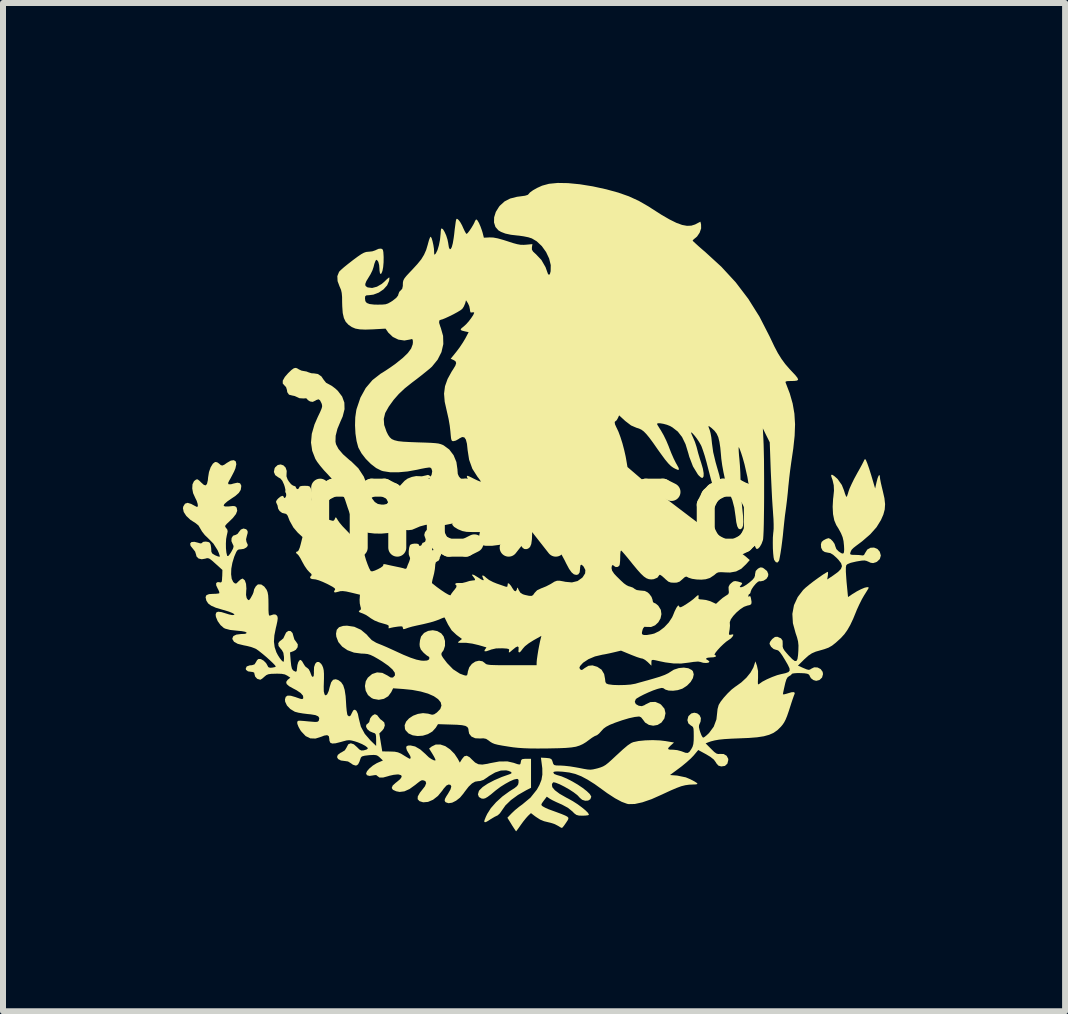
<source format=kicad_pcb>
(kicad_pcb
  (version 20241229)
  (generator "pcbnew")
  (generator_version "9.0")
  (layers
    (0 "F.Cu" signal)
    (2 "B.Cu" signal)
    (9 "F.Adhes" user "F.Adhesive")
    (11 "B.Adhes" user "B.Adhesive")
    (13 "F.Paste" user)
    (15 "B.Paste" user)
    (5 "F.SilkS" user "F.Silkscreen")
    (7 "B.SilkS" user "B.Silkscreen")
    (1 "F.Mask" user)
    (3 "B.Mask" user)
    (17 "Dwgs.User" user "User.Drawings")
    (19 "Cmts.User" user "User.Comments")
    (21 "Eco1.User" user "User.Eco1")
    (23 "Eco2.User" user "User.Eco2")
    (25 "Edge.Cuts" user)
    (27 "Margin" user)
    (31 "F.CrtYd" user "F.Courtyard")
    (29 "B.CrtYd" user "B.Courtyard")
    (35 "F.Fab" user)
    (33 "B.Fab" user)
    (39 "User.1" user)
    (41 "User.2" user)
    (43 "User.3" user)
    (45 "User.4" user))
  (footprint "mexico"
    (layer "F.Cu")
    (at 5.859 5.402)
    (property "Reference" "mexico" (at 0 0 0) (layer "F.SilkS") (effects (font (size 1.5 1.5) (thickness 0.3))))
    (attr board_only exclude_from_pos_files exclude_from_bom)
    (fp_poly (pts (xy 5.528 -0.781) (xy 5.55 -0.728) (xy 5.58 -0.643) (xy 5.617 -0.525) (xy 5.64 -0.447) (xy 5.681 -0.308) (xy 5.705 -0.415) (xy 5.722 -0.48) (xy 5.739 -0.521) (xy 5.752 -0.534) (xy 5.759 -0.516) (xy 5.76 -0.497) (xy 5.765 -0.461) (xy 5.777 -0.399) (xy 5.795 -0.322) (xy 5.808 -0.269) (xy 5.836 -0.146) (xy 5.847 -0.047) (xy 5.841 0.041) (xy 5.818 0.127) (xy 5.778 0.218) (xy 5.704 0.338) (xy 5.6 0.455) (xy 5.465 0.572) (xy 5.428 0.6) (xy 5.361 0.65) (xy 5.318 0.684) (xy 5.292 0.71) (xy 5.278 0.734) (xy 5.269 0.758) (xy 5.264 0.782) (xy 5.275 0.794) (xy 5.31 0.799) (xy 5.349 0.799) (xy 5.408 0.801) (xy 5.455 0.806) (xy 5.468 0.809) (xy 5.495 0.802) (xy 5.514 0.767) (xy 5.55 0.71) (xy 5.603 0.68) (xy 5.663 0.677) (xy 5.72 0.701) (xy 5.759 0.747) (xy 5.776 0.81) (xy 5.759 0.868) (xy 5.712 0.913) (xy 5.693 0.922) (xy 5.647 0.936) (xy 5.606 0.93) (xy 5.572 0.914) (xy 5.537 0.899) (xy 5.504 0.892) (xy 5.461 0.894) (xy 5.398 0.904) (xy 5.364 0.91) (xy 5.274 0.931) (xy 5.22 0.953) (xy 5.2 0.971) (xy 5.193 1.008) (xy 5.193 1.081) (xy 5.2 1.189) (xy 5.205 1.253) (xy 5.229 1.502) (xy 5.304 1.451) (xy 5.376 1.407) (xy 5.446 1.371) (xy 5.506 1.346) (xy 5.551 1.336) (xy 5.573 1.342) (xy 5.574 1.346) (xy 5.565 1.365) (xy 5.54 1.406) (xy 5.506 1.461) (xy 5.502 1.466) (xy 5.46 1.539) (xy 5.415 1.629) (xy 5.374 1.719) (xy 5.369 1.732) (xy 5.315 1.864) (xy 5.266 1.968) (xy 5.219 2.05) (xy 5.171 2.118) (xy 5.116 2.179) (xy 5.102 2.193) (xy 5.025 2.263) (xy 4.963 2.312) (xy 4.903 2.346) (xy 4.834 2.371) (xy 4.775 2.388) (xy 4.691 2.412) (xy 4.626 2.44) (xy 4.568 2.479) (xy 4.502 2.538) (xy 4.479 2.561) (xy 4.394 2.645) (xy 4.487 2.686) (xy 4.543 2.709) (xy 4.576 2.716) (xy 4.599 2.709) (xy 4.612 2.699) (xy 4.665 2.673) (xy 4.722 2.676) (xy 4.773 2.703) (xy 4.806 2.749) (xy 4.812 2.787) (xy 4.796 2.844) (xy 4.753 2.885) (xy 4.698 2.899) (xy 4.652 2.886) (xy 4.611 2.855) (xy 4.59 2.818) (xy 4.589 2.811) (xy 4.574 2.792) (xy 4.548 2.78) (xy 4.503 2.773) (xy 4.445 2.77) (xy 4.384 2.769) (xy 4.331 2.773) (xy 4.298 2.779) (xy 4.292 2.784) (xy 4.277 2.803) (xy 4.248 2.82) (xy 4.222 2.839) (xy 4.202 2.873) (xy 4.184 2.931) (xy 4.174 2.974) (xy 4.159 3.041) (xy 4.148 3.093) (xy 4.144 3.12) (xy 4.144 3.122) (xy 4.159 3.125) (xy 4.197 3.116) (xy 4.213 3.111) (xy 4.287 3.089) (xy 4.33 3.087) (xy 4.341 3.104) (xy 4.338 3.117) (xy 4.325 3.15) (xy 4.305 3.207) (xy 4.282 3.276) (xy 4.278 3.289) (xy 4.242 3.401) (xy 4.213 3.485) (xy 4.188 3.546) (xy 4.164 3.592) (xy 4.139 3.629) (xy 4.11 3.664) (xy 4.052 3.721) (xy 3.989 3.765) (xy 3.915 3.798) (xy 3.825 3.823) (xy 3.713 3.84) (xy 3.574 3.851) (xy 3.428 3.857) (xy 3.283 3.863) (xy 3.169 3.87) (xy 3.079 3.879) (xy 3.006 3.892) (xy 2.943 3.908) (xy 2.906 3.921) (xy 2.855 3.941) (xy 2.947 4.034) (xy 2.998 4.084) (xy 3.034 4.11) (xy 3.064 4.119) (xy 3.092 4.117) (xy 3.156 4.119) (xy 3.205 4.148) (xy 3.231 4.197) (xy 3.233 4.217) (xy 3.218 4.279) (xy 3.177 4.317) (xy 3.115 4.326) (xy 3.115 4.326) (xy 3.068 4.312) (xy 3.035 4.275) (xy 3.025 4.257) (xy 2.992 4.212) (xy 2.936 4.167) (xy 2.863 4.123) (xy 2.732 4.052) (xy 2.656 4.143) (xy 2.607 4.194) (xy 2.538 4.256) (xy 2.461 4.32) (xy 2.42 4.351) (xy 2.261 4.469) (xy 2.38 4.478) (xy 2.525 4.508) (xy 2.601 4.54) (xy 2.673 4.578) (xy 2.711 4.603) (xy 2.719 4.618) (xy 2.696 4.625) (xy 2.647 4.627) (xy 2.58 4.63) (xy 2.516 4.639) (xy 2.448 4.656) (xy 2.37 4.685) (xy 2.274 4.726) (xy 2.153 4.782) (xy 2.134 4.791) (xy 1.955 4.871) (xy 1.801 4.924) (xy 1.674 4.952) (xy 1.573 4.954) (xy 1.546 4.949) (xy 1.456 4.916) (xy 1.344 4.856) (xy 1.212 4.77) (xy 1.145 4.721) (xy 1.006 4.621) (xy 0.887 4.546) (xy 0.782 4.49) (xy 0.682 4.451) (xy 0.582 4.427) (xy 0.475 4.414) (xy 0.463 4.413) (xy 0.388 4.409) (xy 0.343 4.411) (xy 0.321 4.418) (xy 0.316 4.43) (xy 0.332 4.452) (xy 0.373 4.468) (xy 0.376 4.469) (xy 0.452 4.491) (xy 0.539 4.528) (xy 0.631 4.575) (xy 0.722 4.628) (xy 0.805 4.684) (xy 0.874 4.738) (xy 0.924 4.786) (xy 0.947 4.825) (xy 0.948 4.832) (xy 0.933 4.872) (xy 0.896 4.895) (xy 0.847 4.898) (xy 0.797 4.882) (xy 0.755 4.847) (xy 0.751 4.841) (xy 0.715 4.803) (xy 0.656 4.758) (xy 0.581 4.709) (xy 0.5 4.663) (xy 0.423 4.624) (xy 0.358 4.598) (xy 0.318 4.589) (xy 0.301 4.605) (xy 0.292 4.628) (xy 0.299 4.672) (xy 0.342 4.723) (xy 0.421 4.782) (xy 0.533 4.846) (xy 0.564 4.862) (xy 0.641 4.905) (xy 0.719 4.955) (xy 0.791 5.008) (xy 0.852 5.058) (xy 0.894 5.1) (xy 0.91 5.13) (xy 0.91 5.131) (xy 0.894 5.14) (xy 0.85 5.145) (xy 0.805 5.147) (xy 0.743 5.145) (xy 0.701 5.134) (xy 0.665 5.108) (xy 0.634 5.076) (xy 0.56 5.016) (xy 0.46 4.962) (xy 0.437 4.952) (xy 0.365 4.92) (xy 0.301 4.889) (xy 0.258 4.865) (xy 0.257 4.864) (xy 0.207 4.83) (xy 0.155 4.898) (xy 0.125 4.94) (xy 0.116 4.964) (xy 0.125 4.98) (xy 0.139 4.991) (xy 0.178 5.013) (xy 0.233 5.038) (xy 0.249 5.044) (xy 0.367 5.087) (xy 0.453 5.119) (xy 0.513 5.144) (xy 0.549 5.163) (xy 0.566 5.181) (xy 0.566 5.2) (xy 0.555 5.224) (xy 0.535 5.254) (xy 0.528 5.265) (xy 0.495 5.312) (xy 0.469 5.344) (xy 0.458 5.351) (xy 0.434 5.341) (xy 0.395 5.317) (xy 0.39 5.314) (xy 0.34 5.288) (xy 0.273 5.266) (xy 0.243 5.259) (xy 0.161 5.239) (xy 0.096 5.212) (xy 0.029 5.169) (xy 0.004 5.151) (xy -0.057 5.104) (xy -0.105 5.149) (xy -0.14 5.188) (xy -0.186 5.245) (xy -0.226 5.3) (xy -0.263 5.353) (xy -0.291 5.391) (xy -0.304 5.407) (xy -0.305 5.407) (xy -0.317 5.392) (xy -0.342 5.354) (xy -0.377 5.3) (xy -0.38 5.294) (xy -0.45 5.181) (xy -0.378 5.106) (xy -0.323 5.054) (xy -0.253 4.997) (xy -0.202 4.96) (xy -0.065 4.846) (xy 0.042 4.712) (xy 0.084 4.636) (xy 0.118 4.55) (xy 0.133 4.462) (xy 0.132 4.358) (xy 0.123 4.286) (xy 0.109 4.179) (xy 0.198 4.184) (xy 0.252 4.19) (xy 0.282 4.203) (xy 0.298 4.23) (xy 0.304 4.25) (xy 0.315 4.284) (xy 0.331 4.302) (xy 0.362 4.309) (xy 0.418 4.311) (xy 0.435 4.311) (xy 0.503 4.315) (xy 0.594 4.325) (xy 0.691 4.341) (xy 0.741 4.35) (xy 0.827 4.367) (xy 0.889 4.377) (xy 0.935 4.38) (xy 0.978 4.375) (xy 1.027 4.364) (xy 1.055 4.357) (xy 1.104 4.342) (xy 1.146 4.325) (xy 1.187 4.301) (xy 1.233 4.265) (xy 1.292 4.212) (xy 1.37 4.139) (xy 1.377 4.133) (xy 1.477 4.041) (xy 1.555 3.975) (xy 1.615 3.935) (xy 1.648 3.921) (xy 1.737 3.902) (xy 1.85 3.891) (xy 1.973 3.887) (xy 2.093 3.892) (xy 2.186 3.903) (xy 2.328 3.927) (xy 2.27 3.979) (xy 2.235 4.015) (xy 2.229 4.036) (xy 2.256 4.046) (xy 2.315 4.047) (xy 2.382 4.054) (xy 2.452 4.073) (xy 2.46 4.076) (xy 2.519 4.098) (xy 2.557 4.101) (xy 2.585 4.082) (xy 2.615 4.039) (xy 2.637 3.998) (xy 2.65 3.953) (xy 2.656 3.891) (xy 2.657 3.82) (xy 2.656 3.744) (xy 2.653 3.697) (xy 2.644 3.67) (xy 2.628 3.654) (xy 2.611 3.645) (xy 2.567 3.608) (xy 2.551 3.554) (xy 2.565 3.496) (xy 2.57 3.486) (xy 2.615 3.443) (xy 2.666 3.43) (xy 2.715 3.441) (xy 2.754 3.472) (xy 2.776 3.519) (xy 2.771 3.577) (xy 2.762 3.599) (xy 2.746 3.636) (xy 2.743 3.67) (xy 2.753 3.715) (xy 2.764 3.751) (xy 2.784 3.804) (xy 2.804 3.838) (xy 2.815 3.846) (xy 2.838 3.834) (xy 2.877 3.802) (xy 2.914 3.766) (xy 2.99 3.663) (xy 3.035 3.542) (xy 3.047 3.434) (xy 3.054 3.368) (xy 3.071 3.306) (xy 3.072 3.302) (xy 3.104 3.248) (xy 3.157 3.18) (xy 3.221 3.109) (xy 3.287 3.045) (xy 3.347 2.998) (xy 3.36 2.99) (xy 3.45 2.925) (xy 3.535 2.846) (xy 3.603 2.762) (xy 3.648 2.682) (xy 3.654 2.668) (xy 3.685 2.574) (xy 3.711 2.648) (xy 3.729 2.735) (xy 3.729 2.847) (xy 3.729 2.848) (xy 3.726 2.914) (xy 3.727 2.949) (xy 3.734 2.959) (xy 3.748 2.95) (xy 3.751 2.948) (xy 3.802 2.912) (xy 3.877 2.873) (xy 3.964 2.835) (xy 4.048 2.804) (xy 4.109 2.788) (xy 4.186 2.771) (xy 4.235 2.753) (xy 4.256 2.728) (xy 4.253 2.689) (xy 4.226 2.632) (xy 4.179 2.551) (xy 4.131 2.473) (xy 4.095 2.423) (xy 4.068 2.395) (xy 4.043 2.384) (xy 4.033 2.383) (xy 3.988 2.368) (xy 3.946 2.331) (xy 3.922 2.286) (xy 3.921 2.273) (xy 3.933 2.243) (xy 3.963 2.204) (xy 3.967 2.2) (xy 4.011 2.167) (xy 4.051 2.164) (xy 4.056 2.166) (xy 4.112 2.191) (xy 4.138 2.229) (xy 4.14 2.288) (xy 4.139 2.326) (xy 4.148 2.358) (xy 4.171 2.396) (xy 4.214 2.447) (xy 4.239 2.475) (xy 4.298 2.536) (xy 4.34 2.568) (xy 4.368 2.568) (xy 4.386 2.536) (xy 4.396 2.469) (xy 4.401 2.395) (xy 4.403 2.309) (xy 4.396 2.242) (xy 4.379 2.174) (xy 4.355 2.103) (xy 4.31 1.938) (xy 4.301 1.783) (xy 4.328 1.637) (xy 4.391 1.501) (xy 4.48 1.385) (xy 4.522 1.345) (xy 4.585 1.293) (xy 4.66 1.235) (xy 4.739 1.178) (xy 4.811 1.128) (xy 4.869 1.092) (xy 4.89 1.081) (xy 4.896 1.093) (xy 4.894 1.13) (xy 4.893 1.142) (xy 4.882 1.209) (xy 4.982 1.142) (xy 5.063 1.083) (xy 5.111 1.033) (xy 5.128 0.986) (xy 5.113 0.937) (xy 5.069 0.88) (xy 5.039 0.849) (xy 4.981 0.797) (xy 4.934 0.769) (xy 4.894 0.762) (xy 4.842 0.751) (xy 4.806 0.728) (xy 4.781 0.68) (xy 4.777 0.623) (xy 4.789 0.583) (xy 4.82 0.556) (xy 4.865 0.532) (xy 4.904 0.52) (xy 4.905 0.52) (xy 4.938 0.535) (xy 4.975 0.572) (xy 5.005 0.616) (xy 5.017 0.655) (xy 5.034 0.701) (xy 5.072 0.74) (xy 5.118 0.771) (xy 5.147 0.778) (xy 5.161 0.758) (xy 5.165 0.708) (xy 5.162 0.646) (xy 5.154 0.569) (xy 5.139 0.504) (xy 5.112 0.438) (xy 5.07 0.361) (xy 5.033 0.302) (xy 5 0.224) (xy 4.979 0.119) (xy 4.973 -0.003) (xy 4.98 -0.134) (xy 4.984 -0.163) (xy 4.995 -0.272) (xy 4.991 -0.362) (xy 4.971 -0.449) (xy 4.951 -0.506) (xy 4.947 -0.534) (xy 4.965 -0.537) (xy 4.999 -0.516) (xy 5.047 -0.474) (xy 5.057 -0.464) (xy 5.126 -0.366) (xy 5.161 -0.278) (xy 5.179 -0.22) (xy 5.195 -0.18) (xy 5.204 -0.167) (xy 5.214 -0.184) (xy 5.228 -0.225) (xy 5.237 -0.257) (xy 5.255 -0.308) (xy 5.288 -0.381) (xy 5.33 -0.467) (xy 5.378 -0.555) (xy 5.38 -0.559) (xy 5.425 -0.639) (xy 5.462 -0.707) (xy 5.488 -0.758) (xy 5.5 -0.783) (xy 5.5 -0.785) (xy 5.513 -0.799) (xy 5.514 -0.799)) (stroke (width 0) (type solid)) (fill yes) (layer "F.SilkS"))
    (fp_poly (pts (xy -4.978 -0.759) (xy -4.969 -0.713) (xy -4.984 -0.644) (xy -5.006 -0.591) (xy -5.039 -0.527) (xy -5.07 -0.469) (xy -5.086 -0.442) (xy -5.107 -0.399) (xy -5.098 -0.378) (xy -5.059 -0.378) (xy -5.018 -0.39) (xy -4.95 -0.405) (xy -4.907 -0.395) (xy -4.888 -0.36) (xy -4.887 -0.339) (xy -4.896 -0.284) (xy -4.928 -0.234) (xy -4.987 -0.182) (xy -5.04 -0.147) (xy -5.121 -0.091) (xy -5.168 -0.049) (xy -5.181 -0.022) (xy -5.159 -0.008) (xy -5.103 -0.008) (xy -5.084 -0.01) (xy -5.024 -0.016) (xy -4.99 -0.012) (xy -4.971 0.002) (xy -4.962 0.016) (xy -4.954 0.063) (xy -4.975 0.118) (xy -5.027 0.184) (xy -5.082 0.238) (xy -5.129 0.282) (xy -5.152 0.309) (xy -5.155 0.329) (xy -5.142 0.348) (xy -5.137 0.353) (xy -5.118 0.38) (xy -5.114 0.41) (xy -5.124 0.458) (xy -5.128 0.474) (xy -5.139 0.534) (xy -5.143 0.609) (xy -5.142 0.689) (xy -5.135 0.759) (xy -5.123 0.809) (xy -5.119 0.817) (xy -5.103 0.817) (xy -5.075 0.783) (xy -5.054 0.75) (xy -5.025 0.696) (xy -5.015 0.662) (xy -5.02 0.637) (xy -5.028 0.623) (xy -5.051 0.569) (xy -5.048 0.517) (xy -5.023 0.479) (xy -4.979 0.465) (xy -4.949 0.449) (xy -4.928 0.42) (xy -4.894 0.377) (xy -4.85 0.359) (xy -4.807 0.371) (xy -4.798 0.378) (xy -4.781 0.402) (xy -4.78 0.433) (xy -4.793 0.48) (xy -4.807 0.539) (xy -4.8 0.581) (xy -4.796 0.591) (xy -4.779 0.628) (xy -4.781 0.651) (xy -4.804 0.677) (xy -4.843 0.698) (xy -4.894 0.706) (xy -4.927 0.708) (xy -4.949 0.72) (xy -4.969 0.748) (xy -4.992 0.801) (xy -5.005 0.832) (xy -5.035 0.931) (xy -5.053 1.03) (xy -5.056 1.122) (xy -5.046 1.198) (xy -5.021 1.25) (xy -5.016 1.255) (xy -4.99 1.276) (xy -4.969 1.275) (xy -4.942 1.25) (xy -4.931 1.238) (xy -4.895 1.207) (xy -4.866 1.194) (xy -4.862 1.194) (xy -4.827 1.224) (xy -4.807 1.282) (xy -4.801 1.362) (xy -4.804 1.394) (xy -4.807 1.467) (xy -4.797 1.516) (xy -4.788 1.532) (xy -4.769 1.553) (xy -4.754 1.551) (xy -4.733 1.523) (xy -4.722 1.504) (xy -4.697 1.458) (xy -4.683 1.423) (xy -4.682 1.418) (xy -4.671 1.37) (xy -4.644 1.323) (xy -4.612 1.293) (xy -4.606 1.291) (xy -4.554 1.292) (xy -4.503 1.327) (xy -4.464 1.38) (xy -4.448 1.42) (xy -4.438 1.472) (xy -4.434 1.545) (xy -4.433 1.631) (xy -4.433 1.717) (xy -4.43 1.772) (xy -4.425 1.802) (xy -4.416 1.812) (xy -4.405 1.81) (xy -4.35 1.792) (xy -4.316 1.793) (xy -4.292 1.811) (xy -4.282 1.831) (xy -4.279 1.86) (xy -4.285 1.906) (xy -4.3 1.976) (xy -4.31 2.016) (xy -4.335 2.142) (xy -4.342 2.245) (xy -4.33 2.337) (xy -4.302 2.421) (xy -4.276 2.471) (xy -4.244 2.521) (xy -4.211 2.562) (xy -4.187 2.582) (xy -4.184 2.583) (xy -4.177 2.566) (xy -4.174 2.524) (xy -4.175 2.498) (xy -4.185 2.431) (xy -4.211 2.384) (xy -4.226 2.368) (xy -4.265 2.318) (xy -4.27 2.271) (xy -4.243 2.235) (xy -4.227 2.226) (xy -4.185 2.19) (xy -4.166 2.149) (xy -4.139 2.093) (xy -4.102 2.066) (xy -4.063 2.069) (xy -4.032 2.102) (xy -4.017 2.155) (xy -4.001 2.209) (xy -3.972 2.248) (xy -3.944 2.29) (xy -3.947 2.338) (xy -3.977 2.381) (xy -4.017 2.404) (xy -4.074 2.425) (xy -4.063 2.564) (xy -4.054 2.645) (xy -4.042 2.696) (xy -4.023 2.724) (xy -4.02 2.726) (xy -3.982 2.747) (xy -3.963 2.738) (xy -3.958 2.695) (xy -3.951 2.636) (xy -3.936 2.586) (xy -3.914 2.555) (xy -3.897 2.55) (xy -3.874 2.57) (xy -3.85 2.611) (xy -3.848 2.615) (xy -3.821 2.657) (xy -3.791 2.681) (xy -3.789 2.681) (xy -3.762 2.705) (xy -3.737 2.753) (xy -3.733 2.767) (xy -3.712 2.819) (xy -3.693 2.835) (xy -3.679 2.817) (xy -3.675 2.766) (xy -3.676 2.745) (xy -3.673 2.669) (xy -3.654 2.614) (xy -3.626 2.585) (xy -3.59 2.585) (xy -3.554 2.616) (xy -3.537 2.643) (xy -3.522 2.679) (xy -3.512 2.723) (xy -3.508 2.78) (xy -3.508 2.86) (xy -3.511 2.968) (xy -3.512 2.988) (xy -3.511 3.074) (xy -3.498 3.126) (xy -3.478 3.142) (xy -3.454 3.123) (xy -3.429 3.068) (xy -3.412 3) (xy -3.388 2.923) (xy -3.356 2.881) (xy -3.312 2.872) (xy -3.269 2.886) (xy -3.222 2.921) (xy -3.187 2.973) (xy -3.163 3.049) (xy -3.147 3.153) (xy -3.141 3.241) (xy -3.136 3.326) (xy -3.129 3.399) (xy -3.121 3.45) (xy -3.116 3.47) (xy -3.09 3.492) (xy -3.064 3.478) (xy -3.044 3.437) (xy -3.02 3.391) (xy -2.993 3.379) (xy -2.966 3.399) (xy -2.943 3.449) (xy -2.927 3.527) (xy -2.926 3.53) (xy -2.893 3.662) (xy -2.827 3.783) (xy -2.733 3.892) (xy -2.638 3.984) (xy -2.638 3.88) (xy -2.64 3.82) (xy -2.647 3.787) (xy -2.664 3.771) (xy -2.69 3.763) (xy -2.744 3.74) (xy -2.785 3.705) (xy -2.806 3.666) (xy -2.803 3.632) (xy -2.778 3.611) (xy -2.753 3.586) (xy -2.75 3.57) (xy -2.737 3.523) (xy -2.705 3.481) (xy -2.666 3.457) (xy -2.656 3.456) (xy -2.621 3.471) (xy -2.6 3.499) (xy -2.568 3.539) (xy -2.54 3.559) (xy -2.503 3.592) (xy -2.493 3.641) (xy -2.511 3.695) (xy -2.536 3.727) (xy -2.585 3.776) (xy -2.561 3.925) (xy -2.536 4.075) (xy -2.406 4.077) (xy -2.329 4.08) (xy -2.274 4.091) (xy -2.223 4.113) (xy -2.181 4.139) (xy -2.129 4.171) (xy -2.09 4.193) (xy -2.075 4.199) (xy -2.062 4.186) (xy -2.069 4.153) (xy -2.093 4.111) (xy -2.1 4.101) (xy -2.126 4.056) (xy -2.137 4.015) (xy -2.131 3.989) (xy -2.106 3.978) (xy -2.065 3.976) (xy -1.988 3.993) (xy -1.903 4.042) (xy -1.816 4.119) (xy -1.802 4.133) (xy -1.759 4.174) (xy -1.712 4.206) (xy -1.672 4.225) (xy -1.648 4.225) (xy -1.652 4.205) (xy -1.672 4.164) (xy -1.697 4.121) (xy -1.755 4.028) (xy -1.711 3.993) (xy -1.645 3.961) (xy -1.568 3.96) (xy -1.486 3.987) (xy -1.406 4.041) (xy -1.331 4.117) (xy -1.276 4.2) (xy -1.243 4.262) (xy -1.207 4.203) (xy -1.169 4.157) (xy -1.127 4.147) (xy -1.08 4.172) (xy -1.042 4.21) (xy -0.988 4.261) (xy -0.934 4.289) (xy -0.869 4.295) (xy -0.783 4.282) (xy -0.741 4.272) (xy -0.585 4.243) (xy -0.448 4.242) (xy -0.344 4.266) (xy -0.284 4.287) (xy -0.25 4.294) (xy -0.234 4.286) (xy -0.228 4.262) (xy -0.226 4.25) (xy -0.219 4.219) (xy -0.201 4.204) (xy -0.16 4.199) (xy -0.138 4.199) (xy -0.056 4.199) (xy -0.056 4.44) (xy -0.056 4.682) (xy -0.135 4.722) (xy -0.273 4.801) (xy -0.391 4.887) (xy -0.482 4.975) (xy -0.541 5.059) (xy -0.575 5.108) (xy -0.614 5.143) (xy -0.624 5.147) (xy -0.669 5.169) (xy -0.724 5.202) (xy -0.739 5.212) (xy -0.793 5.246) (xy -0.823 5.257) (xy -0.835 5.247) (xy -0.836 5.239) (xy -0.828 5.212) (xy -0.809 5.165) (xy -0.786 5.117) (xy -0.726 5.022) (xy -0.639 4.923) (xy -0.534 4.827) (xy -0.417 4.742) (xy -0.395 4.728) (xy -0.33 4.687) (xy -0.291 4.655) (xy -0.271 4.627) (xy -0.264 4.594) (xy -0.264 4.593) (xy -0.264 4.551) (xy -0.279 4.535) (xy -0.293 4.534) (xy -0.34 4.544) (xy -0.407 4.573) (xy -0.485 4.616) (xy -0.565 4.666) (xy -0.637 4.72) (xy -0.65 4.73) (xy -0.725 4.793) (xy -0.78 4.834) (xy -0.82 4.857) (xy -0.851 4.864) (xy -0.881 4.861) (xy -0.925 4.835) (xy -0.941 4.791) (xy -0.926 4.738) (xy -0.916 4.722) (xy -0.862 4.669) (xy -0.778 4.613) (xy -0.669 4.556) (xy -0.542 4.501) (xy -0.403 4.452) (xy -0.401 4.451) (xy -0.379 4.436) (xy -0.389 4.418) (xy -0.427 4.401) (xy -0.471 4.391) (xy -0.558 4.394) (xy -0.655 4.427) (xy -0.756 4.486) (xy -0.784 4.507) (xy -0.848 4.55) (xy -0.906 4.569) (xy -0.936 4.571) (xy -0.989 4.58) (xy -1.041 4.61) (xy -1.097 4.664) (xy -1.162 4.748) (xy -1.184 4.779) (xy -1.24 4.846) (xy -1.305 4.897) (xy -1.371 4.93) (xy -1.431 4.939) (xy -1.477 4.924) (xy -1.487 4.914) (xy -1.496 4.894) (xy -1.49 4.865) (xy -1.466 4.821) (xy -1.441 4.783) (xy -1.399 4.71) (xy -1.385 4.661) (xy -1.398 4.633) (xy -1.43 4.627) (xy -1.466 4.644) (xy -1.513 4.697) (xy -1.536 4.73) (xy -1.608 4.818) (xy -1.689 4.881) (xy -1.773 4.917) (xy -1.854 4.924) (xy -1.915 4.905) (xy -1.946 4.872) (xy -1.944 4.826) (xy -1.909 4.764) (xy -1.877 4.724) (xy -1.824 4.656) (xy -1.804 4.605) (xy -1.816 4.572) (xy -1.832 4.564) (xy -1.857 4.556) (xy -1.879 4.557) (xy -1.906 4.571) (xy -1.948 4.603) (xy -1.985 4.633) (xy -2.082 4.703) (xy -2.167 4.741) (xy -2.246 4.751) (xy -2.304 4.74) (xy -2.359 4.715) (xy -2.378 4.684) (xy -2.362 4.644) (xy -2.309 4.596) (xy -2.295 4.586) (xy -2.237 4.537) (xy -2.212 4.499) (xy -2.22 4.473) (xy -2.261 4.46) (xy -2.283 4.459) (xy -2.348 4.466) (xy -2.42 4.482) (xy -2.434 4.487) (xy -2.522 4.511) (xy -2.583 4.511) (xy -2.615 4.487) (xy -2.638 4.469) (xy -2.68 4.473) (xy -2.686 4.475) (xy -2.75 4.484) (xy -2.792 4.472) (xy -2.806 4.443) (xy -2.79 4.405) (xy -2.75 4.359) (xy -2.694 4.312) (xy -2.629 4.272) (xy -2.605 4.261) (xy -2.525 4.227) (xy -2.577 4.177) (xy -2.608 4.151) (xy -2.637 4.138) (xy -2.678 4.134) (xy -2.741 4.137) (xy -2.756 4.138) (xy -2.83 4.147) (xy -2.874 4.159) (xy -2.892 4.177) (xy -2.893 4.179) (xy -2.917 4.248) (xy -2.938 4.289) (xy -2.96 4.307) (xy -2.982 4.311) (xy -3.025 4.297) (xy -3.057 4.274) (xy -3.107 4.243) (xy -3.154 4.236) (xy -3.225 4.227) (xy -3.272 4.203) (xy -3.29 4.17) (xy -3.277 4.133) (xy -3.231 4.098) (xy -3.217 4.092) (xy -3.16 4.057) (xy -3.13 4.009) (xy -3.129 4.005) (xy -3.102 3.956) (xy -3.06 3.94) (xy -3.01 3.957) (xy -2.958 4.003) (xy -2.918 4.043) (xy -2.886 4.06) (xy -2.847 4.058) (xy -2.843 4.057) (xy -2.8 4.045) (xy -2.777 4.03) (xy -2.777 4.03) (xy -2.784 4.01) (xy -2.819 3.983) (xy -2.874 3.953) (xy -2.943 3.924) (xy -2.991 3.908) (xy -3.045 3.894) (xy -3.087 3.888) (xy -3.13 3.892) (xy -3.188 3.907) (xy -3.23 3.919) (xy -3.314 3.94) (xy -3.37 3.944) (xy -3.403 3.93) (xy -3.417 3.895) (xy -3.419 3.865) (xy -3.427 3.821) (xy -3.455 3.804) (xy -3.505 3.812) (xy -3.548 3.829) (xy -3.648 3.861) (xy -3.735 3.858) (xy -3.813 3.82) (xy -3.883 3.746) (xy -3.901 3.722) (xy -3.932 3.667) (xy -3.951 3.618) (xy -3.954 3.596) (xy -3.951 3.58) (xy -3.945 3.569) (xy -3.929 3.564) (xy -3.896 3.564) (xy -3.842 3.568) (xy -3.758 3.576) (xy -3.721 3.579) (xy -3.656 3.584) (xy -3.619 3.582) (xy -3.6 3.57) (xy -3.593 3.558) (xy -3.586 3.519) (xy -3.605 3.49) (xy -3.651 3.47) (xy -3.73 3.457) (xy -3.774 3.453) (xy -3.856 3.443) (xy -3.933 3.43) (xy -3.99 3.415) (xy -3.997 3.412) (xy -4.07 3.368) (xy -4.125 3.31) (xy -4.155 3.246) (xy -4.158 3.207) (xy -4.145 3.165) (xy -4.114 3.145) (xy -4.061 3.147) (xy -3.982 3.17) (xy -3.966 3.176) (xy -3.908 3.196) (xy -3.875 3.203) (xy -3.859 3.197) (xy -3.853 3.186) (xy -3.857 3.147) (xy -3.895 3.103) (xy -3.964 3.056) (xy -4.012 3.031) (xy -4.088 2.989) (xy -4.13 2.952) (xy -4.138 2.918) (xy -4.115 2.884) (xy -4.111 2.88) (xy -4.069 2.846) (xy -4.12 2.812) (xy -4.16 2.792) (xy -4.213 2.782) (xy -4.289 2.779) (xy -4.312 2.78) (xy -4.387 2.782) (xy -4.435 2.789) (xy -4.468 2.803) (xy -4.498 2.827) (xy -4.502 2.831) (xy -4.539 2.863) (xy -4.568 2.88) (xy -4.571 2.88) (xy -4.621 2.865) (xy -4.655 2.828) (xy -4.664 2.796) (xy -4.672 2.761) (xy -4.703 2.75) (xy -4.709 2.75) (xy -4.774 2.741) (xy -4.808 2.715) (xy -4.812 2.694) (xy -4.796 2.659) (xy -4.747 2.641) (xy -4.708 2.638) (xy -4.666 2.624) (xy -4.645 2.592) (xy -4.622 2.552) (xy -4.599 2.534) (xy -4.56 2.536) (xy -4.514 2.562) (xy -4.473 2.603) (xy -4.454 2.636) (xy -4.436 2.67) (xy -4.407 2.681) (xy -4.373 2.679) (xy -4.331 2.671) (xy -4.311 2.662) (xy -4.311 2.661) (xy -4.324 2.64) (xy -4.36 2.602) (xy -4.412 2.553) (xy -4.472 2.499) (xy -4.534 2.447) (xy -4.592 2.401) (xy -4.637 2.369) (xy -4.655 2.36) (xy -4.715 2.337) (xy -4.792 2.317) (xy -4.848 2.306) (xy -4.945 2.282) (xy -5.007 2.248) (xy -5.034 2.204) (xy -5.035 2.19) (xy -5.018 2.152) (xy -4.968 2.128) (xy -4.888 2.118) (xy -4.877 2.118) (xy -4.821 2.115) (xy -4.799 2.103) (xy -4.798 2.095) (xy -4.822 2.081) (xy -4.88 2.07) (xy -4.963 2.062) (xy -5.074 2.05) (xy -5.153 2.029) (xy -5.178 2.017) (xy -5.233 1.969) (xy -5.28 1.903) (xy -5.309 1.833) (xy -5.314 1.795) (xy -5.304 1.76) (xy -5.273 1.746) (xy -5.216 1.753) (xy -5.147 1.774) (xy -5.089 1.792) (xy -5.04 1.802) (xy -5.029 1.802) (xy -5.002 1.798) (xy -5.006 1.785) (xy -5.037 1.767) (xy -5.092 1.745) (xy -5.166 1.722) (xy -5.203 1.712) (xy -5.311 1.68) (xy -5.388 1.646) (xy -5.438 1.609) (xy -5.468 1.563) (xy -5.47 1.556) (xy -5.482 1.503) (xy -5.467 1.47) (xy -5.424 1.453) (xy -5.364 1.449) (xy -5.306 1.447) (xy -5.265 1.442) (xy -5.252 1.437) (xy -5.254 1.415) (xy -5.271 1.376) (xy -5.279 1.362) (xy -5.305 1.306) (xy -5.305 1.268) (xy -5.279 1.252) (xy -5.252 1.255) (xy -5.228 1.259) (xy -5.214 1.249) (xy -5.208 1.219) (xy -5.205 1.159) (xy -5.204 1.158) (xy -5.201 1.05) (xy -5.316 0.946) (xy -5.373 0.895) (xy -5.412 0.865) (xy -5.44 0.854) (xy -5.466 0.855) (xy -5.483 0.861) (xy -5.546 0.872) (xy -5.599 0.859) (xy -5.633 0.825) (xy -5.64 0.795) (xy -5.656 0.744) (xy -5.691 0.699) (xy -5.732 0.648) (xy -5.739 0.609) (xy -5.717 0.585) (xy -5.668 0.581) (xy -5.615 0.594) (xy -5.567 0.608) (xy -5.544 0.603) (xy -5.541 0.597) (xy -5.519 0.581) (xy -5.478 0.577) (xy -5.435 0.584) (xy -5.411 0.598) (xy -5.397 0.63) (xy -5.389 0.681) (xy -5.388 0.697) (xy -5.385 0.748) (xy -5.368 0.778) (xy -5.328 0.802) (xy -5.321 0.806) (xy -5.277 0.824) (xy -5.248 0.83) (xy -5.245 0.829) (xy -5.247 0.809) (xy -5.262 0.765) (xy -5.282 0.72) (xy -5.351 0.611) (xy -5.431 0.53) (xy -5.494 0.469) (xy -5.542 0.408) (xy -5.564 0.37) (xy -5.6 0.309) (xy -5.646 0.271) (xy -5.735 0.214) (xy -5.803 0.15) (xy -5.846 0.084) (xy -5.859 0.021) (xy -5.853 -0.009) (xy -5.824 -0.055) (xy -5.781 -0.069) (xy -5.722 -0.051) (xy -5.702 -0.04) (xy -5.657 -0.016) (xy -5.627 -0.001) (xy -5.622 -0.000001) (xy -5.61 -0.015) (xy -5.614 -0.052) (xy -5.63 -0.103) (xy -5.656 -0.155) (xy -5.657 -0.158) (xy -5.69 -0.231) (xy -5.704 -0.308) (xy -5.7 -0.377) (xy -5.676 -0.428) (xy -5.67 -0.434) (xy -5.639 -0.458) (xy -5.614 -0.46) (xy -5.584 -0.437) (xy -5.554 -0.407) (xy -5.51 -0.368) (xy -5.479 -0.36) (xy -5.458 -0.385) (xy -5.444 -0.445) (xy -5.44 -0.49) (xy -5.425 -0.582) (xy -5.397 -0.662) (xy -5.36 -0.722) (xy -5.323 -0.75) (xy -5.29 -0.746) (xy -5.258 -0.724) (xy -5.227 -0.697) (xy -5.201 -0.691) (xy -5.167 -0.706) (xy -5.128 -0.734) (xy -5.061 -0.773) (xy -5.01 -0.78)) (stroke (width 0) (type solid)) (fill yes) (layer "F.SilkS"))
    (fp_poly (pts (xy 0.561 -5.399) (xy 0.757 -5.38) (xy 0.974 -5.345) (xy 1.198 -5.296) (xy 1.399 -5.241) (xy 1.575 -5.179) (xy 1.739 -5.104) (xy 1.901 -5.011) (xy 1.961 -4.972) (xy 2.119 -4.871) (xy 2.254 -4.793) (xy 2.367 -4.737) (xy 2.463 -4.702) (xy 2.544 -4.687) (xy 2.616 -4.69) (xy 2.68 -4.71) (xy 2.693 -4.717) (xy 2.768 -4.756) (xy 2.779 -4.711) (xy 2.78 -4.644) (xy 2.755 -4.572) (xy 2.713 -4.51) (xy 2.693 -4.492) (xy 2.657 -4.463) (xy 2.639 -4.443) (xy 2.638 -4.441) (xy 2.652 -4.425) (xy 2.689 -4.391) (xy 2.744 -4.341) (xy 2.813 -4.281) (xy 2.845 -4.254) (xy 3.117 -4.005) (xy 3.356 -3.746) (xy 3.566 -3.47) (xy 3.753 -3.172) (xy 3.92 -2.846) (xy 3.933 -2.819) (xy 4 -2.678) (xy 4.06 -2.564) (xy 4.12 -2.468) (xy 4.183 -2.382) (xy 4.256 -2.298) (xy 4.286 -2.266) (xy 4.35 -2.198) (xy 4.387 -2.151) (xy 4.397 -2.122) (xy 4.379 -2.107) (xy 4.333 -2.101) (xy 4.27 -2.1) (xy 4.215 -2.098) (xy 4.19 -2.091) (xy 4.187 -2.076) (xy 4.191 -2.067) (xy 4.258 -1.892) (xy 4.306 -1.724) (xy 4.335 -1.556) (xy 4.346 -1.379) (xy 4.339 -1.187) (xy 4.316 -0.972) (xy 4.3 -0.864) (xy 4.282 -0.741) (xy 4.264 -0.61) (xy 4.249 -0.485) (xy 4.238 -0.378) (xy 4.235 -0.353) (xy 4.225 -0.242) (xy 4.212 -0.12) (xy 4.198 -0.006) (xy 4.191 0.046) (xy 4.177 0.148) (xy 4.165 0.256) (xy 4.155 0.353) (xy 4.152 0.381) (xy 4.143 0.474) (xy 4.131 0.574) (xy 4.118 0.675) (xy 4.104 0.766) (xy 4.091 0.84) (xy 4.081 0.888) (xy 4.078 0.897) (xy 4.055 0.926) (xy 4.026 0.921) (xy 3.998 0.883) (xy 3.997 0.881) (xy 3.988 0.84) (xy 3.981 0.772) (xy 3.976 0.688) (xy 3.975 0.597) (xy 3.976 0.509) (xy 3.982 0.435) (xy 3.986 0.402) (xy 3.989 0.36) (xy 3.989 0.289) (xy 3.986 0.2) (xy 3.979 0.101) (xy 3.978 0.08) (xy 3.971 -0.016) (xy 3.963 -0.14) (xy 3.956 -0.281) (xy 3.949 -0.43) (xy 3.942 -0.578) (xy 3.94 -0.627) (xy 3.924 -1.078) (xy 3.866 -1.194) (xy 3.809 -1.31) (xy 3.818 -1.133) (xy 3.822 -1.038) (xy 3.825 -0.92) (xy 3.828 -0.784) (xy 3.829 -0.635) (xy 3.83 -0.476) (xy 3.83 -0.314) (xy 3.83 -0.153) (xy 3.829 0.003) (xy 3.827 0.148) (xy 3.825 0.279) (xy 3.822 0.389) (xy 3.818 0.475) (xy 3.814 0.532) (xy 3.811 0.551) (xy 3.787 0.616) (xy 3.757 0.667) (xy 3.727 0.697) (xy 3.702 0.699) (xy 3.683 0.668) (xy 3.666 0.6) (xy 3.652 0.496) (xy 3.641 0.355) (xy 3.633 0.195) (xy 3.617 -0.036) (xy 3.589 -0.272) (xy 3.551 -0.501) (xy 3.503 -0.712) (xy 3.472 -0.823) (xy 3.448 -0.898) (xy 3.427 -0.956) (xy 3.412 -0.991) (xy 3.407 -0.998) (xy 3.405 -0.977) (xy 3.407 -0.927) (xy 3.412 -0.857) (xy 3.418 -0.799) (xy 3.427 -0.689) (xy 3.434 -0.565) (xy 3.437 -0.448) (xy 3.437 -0.419) (xy 3.44 -0.322) (xy 3.446 -0.205) (xy 3.456 -0.081) (xy 3.466 0.022) (xy 3.479 0.151) (xy 3.483 0.247) (xy 3.478 0.313) (xy 3.463 0.353) (xy 3.439 0.37) (xy 3.428 0.372) (xy 3.402 0.36) (xy 3.382 0.321) (xy 3.366 0.253) (xy 3.354 0.157) (xy 3.333 0.012) (xy 3.3 -0.115) (xy 3.258 -0.217) (xy 3.251 -0.23) (xy 3.227 -0.284) (xy 3.201 -0.366) (xy 3.176 -0.469) (xy 3.152 -0.582) (xy 3.131 -0.697) (xy 3.116 -0.807) (xy 3.112 -0.855) (xy 3.1 -0.986) (xy 3.085 -1.086) (xy 3.066 -1.163) (xy 3.039 -1.222) (xy 3.003 -1.27) (xy 2.955 -1.315) (xy 2.946 -1.322) (xy 2.913 -1.346) (xy 2.901 -1.347) (xy 2.908 -1.322) (xy 2.924 -1.28) (xy 2.937 -1.231) (xy 2.95 -1.16) (xy 2.959 -1.078) (xy 2.961 -1.059) (xy 2.981 -0.914) (xy 3.021 -0.747) (xy 3.038 -0.687) (xy 3.083 -0.531) (xy 3.111 -0.404) (xy 3.121 -0.308) (xy 3.114 -0.243) (xy 3.089 -0.209) (xy 3.069 -0.204) (xy 3.046 -0.212) (xy 3.023 -0.239) (xy 2.999 -0.288) (xy 2.973 -0.361) (xy 2.943 -0.464) (xy 2.908 -0.599) (xy 2.898 -0.637) (xy 2.87 -0.746) (xy 2.841 -0.85) (xy 2.812 -0.939) (xy 2.788 -1.006) (xy 2.777 -1.03) (xy 2.745 -1.086) (xy 2.706 -1.144) (xy 2.666 -1.195) (xy 2.632 -1.232) (xy 2.612 -1.245) (xy 2.614 -1.23) (xy 2.63 -1.192) (xy 2.646 -1.157) (xy 2.677 -1.084) (xy 2.704 -1.001) (xy 2.713 -0.966) (xy 2.732 -0.893) (xy 2.758 -0.806) (xy 2.781 -0.735) (xy 2.809 -0.639) (xy 2.822 -0.563) (xy 2.821 -0.511) (xy 2.806 -0.485) (xy 2.78 -0.489) (xy 2.741 -0.524) (xy 2.725 -0.543) (xy 2.644 -0.676) (xy 2.583 -0.835) (xy 2.566 -0.897) (xy 2.52 -1.047) (xy 2.462 -1.166) (xy 2.391 -1.257) (xy 2.301 -1.327) (xy 2.263 -1.349) (xy 2.211 -1.37) (xy 2.152 -1.386) (xy 2.098 -1.395) (xy 2.058 -1.395) (xy 2.044 -1.385) (xy 2.053 -1.366) (xy 2.078 -1.325) (xy 2.113 -1.27) (xy 2.115 -1.266) (xy 2.155 -1.196) (xy 2.199 -1.106) (xy 2.238 -1.013) (xy 2.248 -0.986) (xy 2.283 -0.897) (xy 2.322 -0.808) (xy 2.359 -0.734) (xy 2.37 -0.715) (xy 2.403 -0.655) (xy 2.411 -0.624) (xy 2.393 -0.618) (xy 2.348 -0.637) (xy 2.313 -0.656) (xy 2.276 -0.683) (xy 2.232 -0.727) (xy 2.178 -0.792) (xy 2.112 -0.882) (xy 2.058 -0.957) (xy 1.98 -1.069) (xy 1.918 -1.153) (xy 1.867 -1.215) (xy 1.825 -1.258) (xy 1.785 -1.288) (xy 1.745 -1.307) (xy 1.7 -1.321) (xy 1.698 -1.322) (xy 1.612 -1.359) (xy 1.519 -1.43) (xy 1.513 -1.435) (xy 1.413 -1.527) (xy 1.391 -1.479) (xy 1.37 -1.444) (xy 1.353 -1.431) (xy 1.339 -1.417) (xy 1.344 -1.379) (xy 1.368 -1.325) (xy 1.373 -1.316) (xy 1.402 -1.254) (xy 1.435 -1.165) (xy 1.468 -1.061) (xy 1.497 -0.951) (xy 1.521 -0.845) (xy 1.529 -0.802) (xy 1.552 -0.666) (xy 1.756 -0.491) (xy 1.846 -0.415) (xy 1.943 -0.335) (xy 2.035 -0.261) (xy 2.111 -0.202) (xy 2.115 -0.199) (xy 2.178 -0.152) (xy 2.262 -0.088) (xy 2.362 -0.012) (xy 2.47 0.07) (xy 2.579 0.153) (xy 2.604 0.172) (xy 2.722 0.261) (xy 2.849 0.355) (xy 2.978 0.447) (xy 3.097 0.531) (xy 3.197 0.599) (xy 3.202 0.602) (xy 3.294 0.664) (xy 3.381 0.723) (xy 3.454 0.774) (xy 3.508 0.814) (xy 3.528 0.83) (xy 3.591 0.885) (xy 3.53 0.954) (xy 3.449 1.031) (xy 3.363 1.075) (xy 3.263 1.093) (xy 3.188 1.091) (xy 3.118 1.087) (xy 3.073 1.089) (xy 3.042 1.1) (xy 3.013 1.123) (xy 3 1.135) (xy 2.926 1.184) (xy 2.857 1.205) (xy 2.785 1.212) (xy 2.705 1.209) (xy 2.63 1.198) (xy 2.572 1.18) (xy 2.552 1.169) (xy 2.53 1.16) (xy 2.503 1.173) (xy 2.468 1.205) (xy 2.422 1.244) (xy 2.375 1.261) (xy 2.328 1.263) (xy 2.275 1.26) (xy 2.234 1.245) (xy 2.192 1.21) (xy 2.168 1.187) (xy 2.126 1.15) (xy 2.096 1.131) (xy 2.085 1.132) (xy 2.051 1.179) (xy 1.99 1.204) (xy 1.95 1.208) (xy 1.909 1.204) (xy 1.869 1.189) (xy 1.826 1.16) (xy 1.776 1.113) (xy 1.715 1.045) (xy 1.637 0.951) (xy 1.607 0.913) (xy 1.55 0.843) (xy 1.501 0.785) (xy 1.465 0.744) (xy 1.446 0.726) (xy 1.445 0.726) (xy 1.437 0.742) (xy 1.432 0.785) (xy 1.431 0.835) (xy 1.429 0.899) (xy 1.424 0.952) (xy 1.419 0.974) (xy 1.394 0.998) (xy 1.357 1.002) (xy 1.329 0.985) (xy 1.329 0.985) (xy 1.307 0.966) (xy 1.292 0.982) (xy 1.286 1.018) (xy 1.296 1.062) (xy 1.329 1.112) (xy 1.367 1.153) (xy 1.439 1.224) (xy 1.492 1.273) (xy 1.534 1.303) (xy 1.57 1.321) (xy 1.596 1.328) (xy 1.643 1.345) (xy 1.673 1.367) (xy 1.707 1.385) (xy 1.765 1.393) (xy 1.778 1.394) (xy 1.841 1.4) (xy 1.887 1.423) (xy 1.915 1.448) (xy 1.953 1.499) (xy 1.97 1.547) (xy 1.97 1.55) (xy 1.978 1.586) (xy 1.994 1.598) (xy 2.022 1.61) (xy 2.06 1.641) (xy 2.068 1.65) (xy 2.108 1.715) (xy 2.118 1.787) (xy 2.103 1.859) (xy 2.066 1.923) (xy 2.013 1.973) (xy 1.946 2.001) (xy 1.871 2) (xy 1.868 1.999) (xy 1.835 1.998) (xy 1.815 2.02) (xy 1.804 2.046) (xy 1.793 2.091) (xy 1.794 2.119) (xy 1.794 2.12) (xy 1.823 2.134) (xy 1.879 2.134) (xy 1.955 2.121) (xy 1.999 2.11) (xy 2.081 2.07) (xy 2.165 2.006) (xy 2.24 1.926) (xy 2.296 1.841) (xy 2.313 1.803) (xy 2.338 1.741) (xy 2.365 1.687) (xy 2.373 1.673) (xy 2.395 1.644) (xy 2.408 1.645) (xy 2.414 1.658) (xy 2.424 1.672) (xy 2.444 1.67) (xy 2.481 1.652) (xy 2.536 1.618) (xy 2.598 1.576) (xy 2.651 1.536) (xy 2.683 1.507) (xy 2.719 1.475) (xy 2.738 1.472) (xy 2.738 1.5) (xy 2.737 1.505) (xy 2.735 1.529) (xy 2.754 1.54) (xy 2.799 1.543) (xy 2.862 1.551) (xy 2.932 1.571) (xy 2.95 1.579) (xy 3.028 1.615) (xy 3.089 1.559) (xy 3.139 1.516) (xy 3.189 1.482) (xy 3.199 1.476) (xy 3.233 1.453) (xy 3.243 1.423) (xy 3.239 1.384) (xy 3.237 1.334) (xy 3.255 1.296) (xy 3.278 1.272) (xy 3.314 1.243) (xy 3.347 1.235) (xy 3.394 1.243) (xy 3.403 1.246) (xy 3.45 1.26) (xy 3.465 1.272) (xy 3.456 1.29) (xy 3.446 1.302) (xy 3.424 1.328) (xy 3.43 1.337) (xy 3.451 1.338) (xy 3.484 1.327) (xy 3.534 1.297) (xy 3.584 1.26) (xy 3.637 1.214) (xy 3.666 1.178) (xy 3.678 1.143) (xy 3.679 1.121) (xy 3.69 1.067) (xy 3.727 1.029) (xy 3.728 1.028) (xy 3.766 1.008) (xy 3.798 1.01) (xy 3.823 1.023) (xy 3.879 1.068) (xy 3.9 1.119) (xy 3.896 1.155) (xy 3.869 1.198) (xy 3.821 1.229) (xy 3.77 1.24) (xy 3.756 1.237) (xy 3.729 1.246) (xy 3.693 1.278) (xy 3.655 1.323) (xy 3.623 1.37) (xy 3.606 1.411) (xy 3.605 1.421) (xy 3.595 1.446) (xy 3.586 1.449) (xy 3.57 1.465) (xy 3.568 1.482) (xy 3.572 1.502) (xy 3.584 1.49) (xy 3.597 1.483) (xy 3.608 1.511) (xy 3.611 1.524) (xy 3.621 1.584) (xy 3.616 1.618) (xy 3.591 1.635) (xy 3.548 1.645) (xy 3.493 1.665) (xy 3.431 1.706) (xy 3.369 1.759) (xy 3.315 1.817) (xy 3.275 1.873) (xy 3.258 1.92) (xy 3.258 1.932) (xy 3.261 1.98) (xy 3.255 2.042) (xy 3.252 2.059) (xy 3.244 2.109) (xy 3.247 2.13) (xy 3.265 2.132) (xy 3.283 2.128) (xy 3.314 2.123) (xy 3.316 2.137) (xy 3.308 2.155) (xy 3.277 2.191) (xy 3.237 2.219) (xy 3.198 2.246) (xy 3.151 2.287) (xy 3.101 2.335) (xy 3.056 2.384) (xy 3.022 2.426) (xy 3.004 2.456) (xy 3.005 2.466) (xy 3.03 2.481) (xy 3.022 2.496) (xy 2.987 2.506) (xy 2.945 2.508) (xy 2.891 2.513) (xy 2.863 2.525) (xy 2.867 2.541) (xy 2.889 2.552) (xy 2.914 2.572) (xy 2.917 2.582) (xy 2.901 2.596) (xy 2.863 2.601) (xy 2.816 2.598) (xy 2.774 2.586) (xy 2.77 2.584) (xy 2.729 2.577) (xy 2.654 2.583) (xy 2.581 2.594) (xy 2.449 2.61) (xy 2.321 2.609) (xy 2.182 2.591) (xy 2.09 2.572) (xy 2.02 2.556) (xy 1.979 2.549) (xy 1.958 2.553) (xy 1.952 2.568) (xy 1.951 2.596) (xy 1.951 2.646) (xy 1.89 2.586) (xy 1.846 2.55) (xy 1.807 2.529) (xy 1.796 2.527) (xy 1.765 2.52) (xy 1.709 2.502) (xy 1.639 2.475) (xy 1.604 2.461) (xy 1.444 2.395) (xy 1.331 2.422) (xy 1.253 2.44) (xy 1.175 2.456) (xy 1.133 2.463) (xy 1.01 2.492) (xy 0.901 2.538) (xy 0.815 2.595) (xy 0.8 2.61) (xy 0.763 2.651) (xy 0.751 2.678) (xy 0.759 2.7) (xy 0.761 2.703) (xy 0.78 2.718) (xy 0.802 2.713) (xy 0.84 2.685) (xy 0.902 2.648) (xy 0.968 2.641) (xy 1.049 2.665) (xy 1.12 2.713) (xy 1.163 2.785) (xy 1.178 2.865) (xy 1.184 2.917) (xy 1.198 2.942) (xy 1.229 2.955) (xy 1.237 2.957) (xy 1.312 2.967) (xy 1.407 2.97) (xy 1.509 2.968) (xy 1.604 2.961) (xy 1.677 2.948) (xy 1.683 2.947) (xy 1.738 2.931) (xy 1.818 2.909) (xy 1.911 2.883) (xy 1.988 2.861) (xy 2.091 2.83) (xy 2.175 2.799) (xy 2.235 2.77) (xy 2.253 2.758) (xy 2.325 2.713) (xy 2.408 2.686) (xy 2.492 2.678) (xy 2.567 2.689) (xy 2.625 2.719) (xy 2.643 2.739) (xy 2.657 2.791) (xy 2.643 2.854) (xy 2.605 2.918) (xy 2.546 2.978) (xy 2.473 3.026) (xy 2.462 3.031) (xy 2.39 3.054) (xy 2.312 3.064) (xy 2.239 3.061) (xy 2.185 3.045) (xy 2.173 3.037) (xy 2.149 3.021) (xy 2.122 3.017) (xy 2.077 3.027) (xy 2.048 3.035) (xy 1.979 3.059) (xy 1.902 3.091) (xy 1.824 3.127) (xy 1.756 3.162) (xy 1.707 3.191) (xy 1.69 3.206) (xy 1.674 3.248) (xy 1.691 3.286) (xy 1.738 3.313) (xy 1.741 3.314) (xy 1.791 3.321) (xy 1.836 3.304) (xy 1.852 3.293) (xy 1.934 3.253) (xy 2.017 3.25) (xy 2.095 3.283) (xy 2.115 3.299) (xy 2.169 3.364) (xy 2.186 3.439) (xy 2.168 3.523) (xy 2.164 3.531) (xy 2.118 3.595) (xy 2.054 3.634) (xy 1.981 3.647) (xy 1.909 3.633) (xy 1.846 3.594) (xy 1.81 3.545) (xy 1.779 3.507) (xy 1.747 3.493) (xy 1.674 3.501) (xy 1.577 3.522) (xy 1.463 3.556) (xy 1.345 3.597) (xy 1.258 3.632) (xy 1.197 3.664) (xy 1.153 3.696) (xy 1.117 3.735) (xy 1.078 3.778) (xy 1.045 3.804) (xy 1.033 3.809) (xy 1.006 3.82) (xy 0.961 3.847) (xy 0.92 3.877) (xy 0.862 3.92) (xy 0.808 3.953) (xy 0.753 3.978) (xy 0.692 3.997) (xy 0.617 4.009) (xy 0.525 4.017) (xy 0.409 4.022) (xy 0.262 4.025) (xy 0.214 4.026) (xy 0.056 4.027) (xy -0.071 4.026) (xy -0.177 4.022) (xy -0.268 4.016) (xy -0.353 4.007) (xy -0.427 3.996) (xy -0.533 3.979) (xy -0.608 3.965) (xy -0.663 3.951) (xy -0.702 3.935) (xy -0.735 3.915) (xy -0.765 3.892) (xy -0.805 3.866) (xy -0.851 3.857) (xy -0.904 3.86) (xy -0.986 3.856) (xy -1.049 3.828) (xy -1.087 3.78) (xy -1.096 3.736) (xy -1.101 3.697) (xy -1.117 3.669) (xy -1.15 3.65) (xy -1.206 3.638) (xy -1.289 3.631) (xy -1.382 3.628) (xy -1.607 3.621) (xy -1.644 3.681) (xy -1.7 3.743) (xy -1.775 3.787) (xy -1.859 3.813) (xy -1.947 3.819) (xy -2.029 3.807) (xy -2.099 3.775) (xy -2.147 3.723) (xy -2.157 3.702) (xy -2.163 3.639) (xy -2.139 3.579) (xy -2.09 3.525) (xy -2.022 3.48) (xy -1.942 3.45) (xy -1.857 3.437) (xy -1.771 3.446) (xy -1.747 3.453) (xy -1.705 3.464) (xy -1.671 3.457) (xy -1.627 3.428) (xy -1.624 3.425) (xy -1.569 3.369) (xy -1.549 3.312) (xy -1.562 3.256) (xy -1.605 3.204) (xy -1.676 3.155) (xy -1.773 3.112) (xy -1.894 3.077) (xy -2.037 3.05) (xy -2.186 3.035) (xy -2.355 3.023) (xy -2.386 3.087) (xy -2.437 3.156) (xy -2.509 3.199) (xy -2.594 3.215) (xy -2.681 3.2) (xy -2.713 3.186) (xy -2.774 3.136) (xy -2.812 3.065) (xy -2.825 2.985) (xy -2.811 2.905) (xy -2.777 2.846) (xy -2.705 2.785) (xy -2.623 2.758) (xy -2.535 2.766) (xy -2.449 2.81) (xy -2.442 2.815) (xy -2.396 2.843) (xy -2.362 2.844) (xy -2.354 2.84) (xy -2.324 2.807) (xy -2.327 2.764) (xy -2.365 2.71) (xy -2.435 2.647) (xy -2.537 2.576) (xy -2.602 2.536) (xy -2.677 2.493) (xy -2.732 2.467) (xy -2.78 2.452) (xy -2.834 2.446) (xy -2.887 2.444) (xy -3.008 2.428) (xy -3.116 2.388) (xy -3.204 2.328) (xy -3.268 2.252) (xy -3.302 2.163) (xy -3.307 2.113) (xy -3.295 2.048) (xy -3.257 2.005) (xy -3.189 1.983) (xy -3.124 1.979) (xy -3.003 1.997) (xy -2.891 2.048) (xy -2.794 2.129) (xy -2.771 2.157) (xy -2.711 2.22) (xy -2.639 2.263) (xy -2.604 2.278) (xy -2.539 2.304) (xy -2.455 2.34) (xy -2.367 2.38) (xy -2.332 2.396) (xy -2.184 2.464) (xy -2.064 2.513) (xy -1.967 2.545) (xy -1.89 2.561) (xy -1.848 2.564) (xy -1.789 2.56) (xy -1.759 2.544) (xy -1.752 2.533) (xy -1.753 2.502) (xy -1.766 2.493) (xy -1.795 2.475) (xy -1.836 2.44) (xy -1.853 2.424) (xy -1.894 2.375) (xy -1.911 2.326) (xy -1.914 2.286) (xy -1.907 2.223) (xy -1.891 2.166) (xy -1.888 2.158) (xy -1.839 2.1) (xy -1.771 2.066) (xy -1.694 2.055) (xy -1.619 2.069) (xy -1.553 2.107) (xy -1.513 2.158) (xy -1.49 2.234) (xy -1.49 2.315) (xy -1.513 2.386) (xy -1.525 2.404) (xy -1.544 2.429) (xy -1.551 2.451) (xy -1.545 2.477) (xy -1.523 2.514) (xy -1.481 2.569) (xy -1.455 2.603) (xy -1.355 2.706) (xy -1.242 2.779) (xy -1.172 2.805) (xy -1.139 2.812) (xy -1.121 2.803) (xy -1.112 2.768) (xy -1.109 2.743) (xy -1.086 2.673) (xy -1.042 2.616) (xy -0.985 2.578) (xy -0.923 2.563) (xy -0.865 2.573) (xy -0.827 2.601) (xy -0.814 2.613) (xy -0.797 2.623) (xy -0.77 2.629) (xy -0.73 2.634) (xy -0.67 2.636) (xy -0.587 2.638) (xy -0.475 2.638) (xy -0.378 2.638) (xy 0.037 2.638) (xy 0.038 2.587) (xy 0.042 2.542) (xy 0.052 2.472) (xy 0.065 2.39) (xy 0.081 2.306) (xy 0.096 2.233) (xy 0.103 2.204) (xy 0.117 2.149) (xy -0.015 2.223) (xy -0.093 2.272) (xy -0.157 2.322) (xy -0.19 2.359) (xy -0.228 2.409) (xy -0.254 2.427) (xy -0.266 2.413) (xy -0.264 2.379) (xy -0.263 2.338) (xy -0.279 2.325) (xy -0.313 2.341) (xy -0.365 2.383) (xy -0.405 2.417) (xy -0.424 2.427) (xy -0.426 2.416) (xy -0.423 2.402) (xy -0.42 2.38) (xy -0.43 2.368) (xy -0.46 2.361) (xy -0.518 2.357) (xy -0.536 2.356) (xy -0.638 2.358) (xy -0.72 2.377) (xy -0.74 2.385) (xy -0.799 2.405) (xy -0.83 2.406) (xy -0.831 2.388) (xy -0.818 2.37) (xy -0.802 2.346) (xy -0.801 2.34) (xy -0.821 2.335) (xy -0.867 2.321) (xy -0.93 2.303) (xy -0.938 2.301) (xy -1.036 2.278) (xy -1.135 2.265) (xy -1.18 2.264) (xy -1.241 2.265) (xy -1.27 2.262) (xy -1.273 2.254) (xy -1.255 2.238) (xy -1.249 2.234) (xy -1.207 2.201) (xy -1.298 2.133) (xy -1.379 2.057) (xy -1.439 1.961) (xy -1.441 1.957) (xy -1.469 1.9) (xy -1.489 1.859) (xy -1.497 1.843) (xy -1.515 1.846) (xy -1.556 1.862) (xy -1.589 1.877) (xy -1.647 1.898) (xy -1.728 1.923) (xy -1.817 1.945) (xy -1.855 1.954) (xy -1.962 1.977) (xy -2.04 1.995) (xy -2.099 2.012) (xy -2.147 2.029) (xy -2.16 2.034) (xy -2.186 2.037) (xy -2.193 2.016) (xy -2.197 1.997) (xy -2.218 1.99) (xy -2.262 1.993) (xy -2.286 1.996) (xy -2.346 2.005) (xy -2.395 2.015) (xy -2.41 2.02) (xy -2.432 2.022) (xy -2.429 2.001) (xy -2.429 1.979) (xy -2.455 1.963) (xy -2.495 1.951) (xy -2.592 1.923) (xy -2.665 1.893) (xy -2.727 1.856) (xy -2.752 1.838) (xy -2.805 1.802) (xy -2.856 1.778) (xy -2.869 1.773) (xy -2.914 1.756) (xy -2.928 1.738) (xy -2.908 1.721) (xy -2.891 1.706) (xy -2.895 1.674) (xy -2.9 1.66) (xy -2.911 1.607) (xy -2.914 1.544) (xy -2.913 1.536) (xy -2.908 1.463) (xy -3.057 1.427) (xy -3.137 1.409) (xy -3.194 1.402) (xy -3.236 1.404) (xy -3.267 1.413) (xy -3.318 1.425) (xy -3.341 1.419) (xy -3.334 1.394) (xy -3.327 1.386) (xy -3.321 1.37) (xy -3.332 1.353) (xy -3.366 1.33) (xy -3.427 1.297) (xy -3.454 1.283) (xy -3.528 1.249) (xy -3.594 1.223) (xy -3.643 1.209) (xy -3.655 1.207) (xy -3.711 1.201) (xy -3.739 1.185) (xy -3.735 1.161) (xy -3.727 1.153) (xy -3.712 1.135) (xy -3.721 1.114) (xy -3.753 1.084) (xy -3.789 1.044) (xy -3.831 0.983) (xy -3.868 0.917) (xy -3.9 0.856) (xy -3.93 0.809) (xy -3.951 0.786) (xy -3.952 0.786) (xy -3.974 0.767) (xy -3.969 0.748) (xy -3.951 0.743) (xy -3.932 0.726) (xy -3.911 0.676) (xy -3.896 0.622) (xy -3.866 0.501) (xy -3.945 0.428) (xy -4.018 0.342) (xy -4.08 0.231) (xy -4.114 0.144) (xy -4.138 0.116) (xy -4.157 0.111) (xy -4.206 0.099) (xy -4.248 0.067) (xy -4.272 0.028) (xy -4.274 0.017) (xy -4.283 -0.028) (xy -4.296 -0.055) (xy -4.308 -0.085) (xy -4.296 -0.113) (xy -4.274 -0.139) (xy -4.234 -0.172) (xy -4.201 -0.186) (xy -4.182 -0.176) (xy -4.181 -0.167) (xy -4.168 -0.149) (xy -4.164 -0.149) (xy -4.146 -0.164) (xy -4.137 -0.196) (xy -4.14 -0.226) (xy -4.146 -0.234) (xy -4.154 -0.256) (xy -4.152 -0.262) (xy -4.151 -0.289) (xy -4.162 -0.337) (xy -4.174 -0.374) (xy -4.202 -0.436) (xy -4.234 -0.474) (xy -4.268 -0.493) (xy -4.321 -0.531) (xy -4.343 -0.584) (xy -4.331 -0.644) (xy -4.322 -0.66) (xy -4.279 -0.699) (xy -4.23 -0.709) (xy -4.183 -0.693) (xy -4.147 -0.656) (xy -4.129 -0.601) (xy -4.131 -0.565) (xy -4.133 -0.511) (xy -4.115 -0.46) (xy -4.094 -0.426) (xy -4.057 -0.38) (xy -4.022 -0.355) (xy -4.011 -0.353) (xy -3.982 -0.341) (xy -3.976 -0.325) (xy -3.961 -0.301) (xy -3.948 -0.297) (xy -3.924 -0.312) (xy -3.921 -0.325) (xy -3.91 -0.343) (xy -3.875 -0.351) (xy -3.831 -0.353) (xy -3.776 -0.351) (xy -3.746 -0.341) (xy -3.729 -0.314) (xy -3.716 -0.279) (xy -3.702 -0.214) (xy -3.71 -0.165) (xy -3.711 -0.162) (xy -3.719 -0.132) (xy -3.709 -0.102) (xy -3.678 -0.06) (xy -3.667 -0.047) (xy -3.621 0.017) (xy -3.582 0.091) (xy -3.572 0.115) (xy -3.55 0.169) (xy -3.529 0.196) (xy -3.5 0.204) (xy -3.49 0.204) (xy -3.432 0.211) (xy -3.392 0.223) (xy -3.355 0.232) (xy -3.335 0.217) (xy -3.327 0.2) (xy -3.316 0.175) (xy -3.305 0.176) (xy -3.286 0.205) (xy -3.277 0.221) (xy -3.246 0.265) (xy -3.198 0.322) (xy -3.141 0.381) (xy -3.134 0.388) (xy -3.07 0.455) (xy -3.007 0.531) (xy -2.96 0.599) (xy -2.921 0.657) (xy -2.894 0.686) (xy -2.874 0.69) (xy -2.87 0.687) (xy -2.855 0.683) (xy -2.845 0.706) (xy -2.838 0.756) (xy -2.828 0.811) (xy -2.808 0.881) (xy -2.782 0.954) (xy -2.756 1.018) (xy -2.732 1.063) (xy -2.725 1.071) (xy -2.701 1.073) (xy -2.659 1.06) (xy -2.608 1.037) (xy -2.56 1.011) (xy -2.527 0.986) (xy -2.518 0.969) (xy -2.516 0.952) (xy -2.487 0.955) (xy -2.485 0.955) (xy -2.447 0.964) (xy -2.384 0.978) (xy -2.312 0.993) (xy -2.308 0.994) (xy -2.24 1.008) (xy -2.186 1.021) (xy -2.156 1.031) (xy -2.155 1.032) (xy -2.135 1.026) (xy -2.126 1.009) (xy -2.112 0.969) (xy -2.09 0.918) (xy -2.088 0.913) (xy -2.072 0.864) (xy -2.077 0.833) (xy -2.083 0.825) (xy -2.094 0.79) (xy -2.095 0.737) (xy -2.088 0.681) (xy -2.075 0.639) (xy -2.069 0.631) (xy -2.04 0.617) (xy -1.998 0.611) (xy -1.957 0.612) (xy -1.931 0.62) (xy -1.928 0.628) (xy -1.917 0.648) (xy -1.905 0.65) (xy -1.88 0.635) (xy -1.877 0.622) (xy -1.863 0.598) (xy -1.851 0.595) (xy -1.822 0.58) (xy -1.811 0.546) (xy -1.821 0.51) (xy -1.823 0.509) (xy -1.836 0.467) (xy -1.824 0.42) (xy -1.792 0.381) (xy -1.773 0.371) (xy -1.715 0.364) (xy -1.67 0.386) (xy -1.645 0.427) (xy -1.647 0.48) (xy -1.662 0.512) (xy -1.689 0.545) (xy -1.71 0.557) (xy -1.724 0.572) (xy -1.727 0.603) (xy -1.718 0.633) (xy -1.711 0.64) (xy -1.702 0.664) (xy -1.704 0.688) (xy -1.704 0.717) (xy -1.693 0.725) (xy -1.675 0.71) (xy -1.672 0.697) (xy -1.664 0.672) (xy -1.638 0.679) (xy -1.598 0.718) (xy -1.589 0.727) (xy -1.558 0.772) (xy -1.556 0.8) (xy -1.56 0.805) (xy -1.577 0.84) (xy -1.579 0.86) (xy -1.595 0.893) (xy -1.617 0.905) (xy -1.643 0.922) (xy -1.653 0.961) (xy -1.654 0.981) (xy -1.659 1.036) (xy -1.672 1.108) (xy -1.684 1.156) (xy -1.699 1.214) (xy -1.707 1.256) (xy -1.707 1.27) (xy -1.628 1.333) (xy -1.553 1.387) (xy -1.487 1.431) (xy -1.435 1.461) (xy -1.404 1.473) (xy -1.398 1.471) (xy -1.381 1.442) (xy -1.349 1.4) (xy -1.335 1.384) (xy -1.304 1.342) (xy -1.297 1.315) (xy -1.3 1.31) (xy -1.321 1.288) (xy -1.309 1.271) (xy -1.272 1.267) (xy -1.259 1.268) (xy -1.199 1.267) (xy -1.139 1.252) (xy -1.083 1.234) (xy -1.032 1.226) (xy -1.032 1.226) (xy -0.994 1.222) (xy -0.989 1.204) (xy -1.014 1.169) (xy -1.016 1.167) (xy -1.039 1.136) (xy -1.034 1.125) (xy -1.004 1.135) (xy -0.953 1.166) (xy -0.946 1.17) (xy -0.887 1.208) (xy -0.854 1.223) (xy -0.844 1.216) (xy -0.856 1.188) (xy -0.87 1.151) (xy -0.86 1.14) (xy -0.831 1.156) (xy -0.802 1.182) (xy -0.756 1.217) (xy -0.689 1.252) (xy -0.63 1.276) (xy -0.564 1.299) (xy -0.509 1.318) (xy -0.478 1.329) (xy -0.453 1.331) (xy -0.446 1.303) (xy -0.446 1.3) (xy -0.442 1.272) (xy -0.426 1.276) (xy -0.418 1.282) (xy -0.389 1.316) (xy -0.367 1.353) (xy -0.338 1.395) (xy -0.313 1.406) (xy -0.295 1.383) (xy -0.292 1.371) (xy -0.286 1.346) (xy -0.277 1.349) (xy -0.261 1.384) (xy -0.259 1.388) (xy -0.233 1.43) (xy -0.191 1.456) (xy -0.155 1.467) (xy -0.09 1.481) (xy -0.049 1.483) (xy -0.023 1.47) (xy -0.001 1.439) (xy 0.002 1.434) (xy 0.045 1.389) (xy 0.119 1.354) (xy 0.124 1.353) (xy 0.195 1.324) (xy 0.265 1.288) (xy 0.287 1.275) (xy 0.335 1.245) (xy 0.377 1.23) (xy 0.424 1.23) (xy 0.49 1.242) (xy 0.518 1.248) (xy 0.626 1.258) (xy 0.72 1.235) (xy 0.796 1.181) (xy 0.807 1.169) (xy 0.846 1.107) (xy 0.85 1.051) (xy 0.821 0.994) (xy 0.82 0.993) (xy 0.789 0.963) (xy 0.77 0.968) (xy 0.762 1.008) (xy 0.762 1.024) (xy 0.755 1.09) (xy 0.731 1.125) (xy 0.698 1.133) (xy 0.659 1.123) (xy 0.62 1.09) (xy 0.578 1.031) (xy 0.53 0.941) (xy 0.506 0.892) (xy 0.438 0.766) (xy 0.359 0.667) (xy 0.259 0.583) (xy 0.233 0.566) (xy 0.2 0.537) (xy 0.153 0.488) (xy 0.099 0.426) (xy 0.074 0.396) (xy -0.037 0.258) (xy -0.037 0.431) (xy -0.041 0.54) (xy -0.052 0.618) (xy -0.073 0.668) (xy -0.105 0.695) (xy -0.135 0.703) (xy -0.166 0.701) (xy -0.193 0.684) (xy -0.224 0.644) (xy -0.243 0.614) (xy -0.301 0.519) (xy -0.367 0.558) (xy -0.464 0.601) (xy -0.579 0.631) (xy -0.701 0.647) (xy -0.816 0.647) (xy -0.892 0.633) (xy -0.92 0.621) (xy -0.934 0.597) (xy -0.934 0.555) (xy -0.922 0.486) (xy -0.921 0.483) (xy -0.908 0.418) (xy -1.044 0.418) (xy -1.131 0.415) (xy -1.199 0.402) (xy -1.263 0.376) (xy -1.273 0.372) (xy -1.338 0.332) (xy -1.369 0.296) (xy -1.364 0.265) (xy -1.328 0.241) (xy -1.278 0.222) (xy -1.327 0.184) (xy -1.376 0.145) (xy -1.436 0.204) (xy -1.511 0.269) (xy -1.577 0.302) (xy -1.636 0.305) (xy -1.655 0.3) (xy -1.725 0.29) (xy -1.814 0.299) (xy -1.907 0.324) (xy -1.972 0.352) (xy -2.039 0.38) (xy -2.103 0.387) (xy -2.141 0.384) (xy -2.229 0.384) (xy -2.328 0.407) (xy -2.341 0.412) (xy -2.436 0.434) (xy -2.547 0.444) (xy -2.662 0.443) (xy -2.768 0.431) (xy -2.853 0.407) (xy -2.868 0.401) (xy -2.941 0.345) (xy -3.009 0.256) (xy -3.069 0.134) (xy -3.113 0.01) (xy -3.157 -0.124) (xy -3.204 -0.233) (xy -3.262 -0.331) (xy -3.336 -0.426) (xy -3.434 -0.532) (xy -3.436 -0.535) (xy -3.506 -0.609) (xy -3.57 -0.685) (xy -3.621 -0.752) (xy -3.652 -0.802) (xy -3.704 -0.936) (xy -3.724 -1.074) (xy -3.711 -1.219) (xy -3.666 -1.375) (xy -3.611 -1.501) (xy -3.573 -1.58) (xy -3.55 -1.634) (xy -3.539 -1.671) (xy -3.54 -1.699) (xy -3.548 -1.727) (xy -3.549 -1.729) (xy -3.574 -1.778) (xy -3.599 -1.795) (xy -3.635 -1.783) (xy -3.651 -1.773) (xy -3.695 -1.752) (xy -3.735 -1.758) (xy -3.745 -1.762) (xy -3.779 -1.784) (xy -3.79 -1.801) (xy -3.806 -1.812) (xy -3.846 -1.809) (xy -3.916 -1.813) (xy -3.948 -1.828) (xy -3.997 -1.85) (xy -4.037 -1.858) (xy -4.091 -1.872) (xy -4.12 -1.914) (xy -4.125 -1.95) (xy -4.14 -1.998) (xy -4.162 -2.021) (xy -4.195 -2.058) (xy -4.195 -2.106) (xy -4.16 -2.168) (xy -4.107 -2.229) (xy -4.05 -2.284) (xy -4.009 -2.313) (xy -3.975 -2.319) (xy -3.943 -2.305) (xy -3.929 -2.295) (xy -3.882 -2.273) (xy -3.85 -2.267) (xy -3.798 -2.258) (xy -3.766 -2.245) (xy -3.716 -2.229) (xy -3.676 -2.227) (xy -3.61 -2.217) (xy -3.551 -2.177) (xy -3.513 -2.121) (xy -3.473 -2.071) (xy -3.425 -2.045) (xy -3.376 -2.018) (xy -3.318 -1.974) (xy -3.277 -1.936) (xy -3.205 -1.841) (xy -3.168 -1.74) (xy -3.165 -1.63) (xy -3.196 -1.508) (xy -3.232 -1.427) (xy -3.284 -1.302) (xy -3.313 -1.187) (xy -3.316 -1.088) (xy -3.307 -1.045) (xy -3.266 -0.967) (xy -3.191 -0.879) (xy -3.082 -0.782) (xy -3.053 -0.76) (xy -2.935 -0.645) (xy -2.844 -0.506) (xy -2.785 -0.352) (xy -2.746 -0.231) (xy -2.706 -0.142) (xy -2.661 -0.083) (xy -2.609 -0.05) (xy -2.545 -0.039) (xy -2.507 -0.04) (xy -2.462 -0.05) (xy -2.44 -0.076) (xy -2.433 -0.103) (xy -2.415 -0.144) (xy -2.375 -0.202) (xy -2.321 -0.267) (xy -2.312 -0.277) (xy -2.256 -0.337) (xy -2.206 -0.391) (xy -2.169 -0.431) (xy -2.162 -0.438) (xy -2.112 -0.474) (xy -2.111 -0.474) (xy -1.765 -0.474) (xy -1.756 -0.465) (xy -1.747 -0.474) (xy -1.756 -0.483) (xy -1.765 -0.474) (xy -2.111 -0.474) (xy -2.042 -0.501) (xy -1.971 -0.515) (xy -1.923 -0.513) (xy -1.876 -0.511) (xy -1.822 -0.523) (xy -1.821 -0.523) (xy -1.777 -0.534) (xy -1.753 -0.528) (xy -1.746 -0.519) (xy -1.731 -0.508) (xy -1.717 -0.53) (xy -1.713 -0.539) (xy -1.703 -0.596) (xy -1.716 -0.64) (xy -1.737 -0.657) (xy -1.764 -0.657) (xy -1.819 -0.649) (xy -1.892 -0.635) (xy -1.954 -0.621) (xy -2.114 -0.592) (xy -2.268 -0.578) (xy -2.407 -0.579) (xy -2.523 -0.597) (xy -2.554 -0.607) (xy -2.638 -0.649) (xy -2.726 -0.717) (xy -2.81 -0.801) (xy -2.882 -0.894) (xy -2.932 -0.985) (xy -2.936 -0.994) (xy -2.964 -1.098) (xy -2.983 -1.225) (xy -2.99 -1.362) (xy -2.987 -1.468) (xy -2.511 -1.468) (xy -2.504 -1.367) (xy -2.465 -1.255) (xy -2.464 -1.253) (xy -2.438 -1.201) (xy -2.411 -1.162) (xy -2.378 -1.132) (xy -2.332 -1.112) (xy -2.27 -1.097) (xy -2.185 -1.088) (xy -2.074 -1.082) (xy -1.942 -1.077) (xy -1.816 -1.073) (xy -1.721 -1.069) (xy -1.652 -1.064) (xy -1.601 -1.058) (xy -1.563 -1.048) (xy -1.531 -1.036) (xy -1.511 -1.026) (xy -1.419 -0.958) (xy -1.347 -0.863) (xy -1.3 -0.749) (xy -1.282 -0.624) (xy -1.282 -0.614) (xy -1.277 -0.551) (xy -1.258 -0.508) (xy -1.235 -0.482) (xy -1.181 -0.418) (xy -1.133 -0.337) (xy -1.097 -0.251) (xy -1.079 -0.174) (xy -1.078 -0.158) (xy -1.073 -0.093) (xy -1.058 -0.061) (xy -1.042 -0.056) (xy -1.02 -0.062) (xy -0.974 -0.077) (xy -0.935 -0.09) (xy -0.839 -0.123) (xy -0.931 -0.202) (xy -1.019 -0.298) (xy -1.089 -0.413) (xy -1.122 -0.495) (xy -1.126 -0.514) (xy -1.118 -0.52) (xy -1.092 -0.512) (xy -1.042 -0.488) (xy -1.013 -0.473) (xy -0.955 -0.445) (xy -0.912 -0.427) (xy -0.892 -0.421) (xy -0.892 -0.422) (xy -0.902 -0.441) (xy -0.929 -0.478) (xy -0.948 -0.502) (xy -1.034 -0.637) (xy -1.088 -0.787) (xy -1.113 -0.948) (xy -1.124 -1.053) (xy -1.142 -1.123) (xy -1.168 -1.16) (xy -1.204 -1.166) (xy -1.25 -1.143) (xy -1.263 -1.133) (xy -1.309 -1.107) (xy -1.349 -1.097) (xy -1.368 -1.099) (xy -1.381 -1.113) (xy -1.389 -1.145) (xy -1.395 -1.202) (xy -1.4 -1.259) (xy -1.411 -1.355) (xy -1.43 -1.466) (xy -1.454 -1.572) (xy -1.46 -1.598) (xy -1.495 -1.754) (xy -1.506 -1.889) (xy -1.49 -2.013) (xy -1.447 -2.134) (xy -1.377 -2.261) (xy -1.357 -2.291) (xy -1.318 -2.355) (xy -1.304 -2.398) (xy -1.314 -2.428) (xy -1.348 -2.45) (xy -1.395 -2.471) (xy -1.302 -2.586) (xy -1.247 -2.659) (xy -1.193 -2.74) (xy -1.152 -2.808) (xy -1.096 -2.914) (xy -1.156 -2.927) (xy -1.211 -2.941) (xy -1.23 -2.956) (xy -1.217 -2.978) (xy -1.181 -3.007) (xy -1.14 -3.044) (xy -1.094 -3.095) (xy -1.052 -3.151) (xy -1.019 -3.201) (xy -1.004 -3.236) (xy -1.003 -3.239) (xy -1.018 -3.247) (xy -1.038 -3.243) (xy -1.062 -3.242) (xy -1.072 -3.266) (xy -1.074 -3.29) (xy -1.086 -3.349) (xy -1.108 -3.397) (xy -1.14 -3.446) (xy -1.154 -3.393) (xy -1.177 -3.34) (xy -1.202 -3.303) (xy -1.231 -3.28) (xy -1.284 -3.248) (xy -1.35 -3.212) (xy -1.421 -3.177) (xy -1.486 -3.147) (xy -1.536 -3.127) (xy -1.558 -3.122) (xy -1.585 -3.109) (xy -1.588 -3.07) (xy -1.567 -3.003) (xy -1.56 -2.986) (xy -1.522 -2.852) (xy -1.518 -2.716) (xy -1.549 -2.582) (xy -1.613 -2.456) (xy -1.707 -2.34) (xy -1.742 -2.308) (xy -1.801 -2.26) (xy -1.879 -2.197) (xy -1.965 -2.13) (xy -2.037 -2.076) (xy -2.16 -1.978) (xy -2.26 -1.884) (xy -2.346 -1.786) (xy -2.428 -1.672) (xy -2.487 -1.567) (xy -2.511 -1.468) (xy -2.987 -1.468) (xy -2.986 -1.496) (xy -2.969 -1.613) (xy -2.964 -1.634) (xy -2.9 -1.823) (xy -2.812 -1.983) (xy -2.7 -2.115) (xy -2.563 -2.222) (xy -2.536 -2.238) (xy -2.476 -2.276) (xy -2.4 -2.327) (xy -2.325 -2.38) (xy -2.313 -2.389) (xy -2.196 -2.483) (xy -2.11 -2.566) (xy -2.055 -2.641) (xy -2.029 -2.711) (xy -2.025 -2.746) (xy -2.028 -2.787) (xy -2.041 -2.8) (xy -2.067 -2.793) (xy -2.167 -2.775) (xy -2.268 -2.79) (xy -2.36 -2.835) (xy -2.435 -2.906) (xy -2.445 -2.921) (xy -2.481 -2.973) (xy -2.695 -2.961) (xy -2.818 -2.957) (xy -2.912 -2.961) (xy -2.984 -2.974) (xy -3.043 -2.999) (xy -3.097 -3.036) (xy -3.102 -3.04) (xy -3.146 -3.088) (xy -3.176 -3.15) (xy -3.195 -3.233) (xy -3.203 -3.343) (xy -3.205 -3.41) (xy -3.206 -3.502) (xy -3.212 -3.568) (xy -3.223 -3.618) (xy -3.241 -3.661) (xy -3.247 -3.674) (xy -3.281 -3.765) (xy -3.285 -3.848) (xy -3.257 -3.918) (xy -3.253 -3.924) (xy -3.224 -3.953) (xy -3.173 -3.998) (xy -3.106 -4.052) (xy -3.03 -4.111) (xy -3.028 -4.113) (xy -2.947 -4.173) (xy -2.887 -4.214) (xy -2.843 -4.238) (xy -2.806 -4.251) (xy -2.771 -4.255) (xy -2.762 -4.255) (xy -2.701 -4.262) (xy -2.651 -4.279) (xy -2.642 -4.284) (xy -2.596 -4.304) (xy -2.56 -4.307) (xy -2.538 -4.301) (xy -2.525 -4.284) (xy -2.518 -4.249) (xy -2.514 -4.186) (xy -2.513 -4.165) (xy -2.514 -4.079) (xy -2.521 -3.999) (xy -2.533 -3.935) (xy -2.55 -3.894) (xy -2.565 -3.883) (xy -2.575 -3.9) (xy -2.582 -3.943) (xy -2.583 -3.973) (xy -2.588 -4.034) (xy -2.601 -4.083) (xy -2.608 -4.097) (xy -2.629 -4.121) (xy -2.642 -4.114) (xy -2.652 -4.096) (xy -2.668 -4.053) (xy -2.682 -3.997) (xy -2.683 -3.995) (xy -2.7 -3.944) (xy -2.732 -3.879) (xy -2.76 -3.833) (xy -2.802 -3.764) (xy -2.82 -3.716) (xy -2.815 -3.685) (xy -2.787 -3.664) (xy -2.776 -3.66) (xy -2.705 -3.651) (xy -2.625 -3.672) (xy -2.545 -3.718) (xy -2.502 -3.755) (xy -2.461 -3.795) (xy -2.43 -3.821) (xy -2.42 -3.828) (xy -2.417 -3.812) (xy -2.422 -3.773) (xy -2.423 -3.768) (xy -2.455 -3.695) (xy -2.515 -3.628) (xy -2.594 -3.574) (xy -2.684 -3.54) (xy -2.755 -3.531) (xy -2.8 -3.528) (xy -2.82 -3.514) (xy -2.824 -3.481) (xy -2.824 -3.477) (xy -2.818 -3.431) (xy -2.794 -3.401) (xy -2.747 -3.383) (xy -2.672 -3.374) (xy -2.613 -3.373) (xy -2.536 -3.374) (xy -2.482 -3.379) (xy -2.44 -3.393) (xy -2.395 -3.418) (xy -2.365 -3.437) (xy -2.303 -3.486) (xy -2.272 -3.526) (xy -2.268 -3.544) (xy -2.252 -3.587) (xy -2.23 -3.609) (xy -2.204 -3.637) (xy -2.193 -3.685) (xy -2.193 -3.713) (xy -2.191 -3.749) (xy -2.183 -3.78) (xy -2.165 -3.813) (xy -2.132 -3.854) (xy -2.079 -3.911) (xy -2.037 -3.955) (xy -1.95 -4.05) (xy -1.885 -4.13) (xy -1.839 -4.206) (xy -1.804 -4.285) (xy -1.776 -4.379) (xy -1.773 -4.392) (xy -1.756 -4.452) (xy -1.74 -4.493) (xy -1.728 -4.506) (xy -1.728 -4.506) (xy -1.713 -4.481) (xy -1.698 -4.431) (xy -1.684 -4.368) (xy -1.674 -4.303) (xy -1.672 -4.261) (xy -1.67 -4.217) (xy -1.664 -4.205) (xy -1.649 -4.22) (xy -1.643 -4.227) (xy -1.616 -4.281) (xy -1.592 -4.361) (xy -1.573 -4.456) (xy -1.563 -4.556) (xy -1.561 -4.594) (xy -1.556 -4.631) (xy -1.546 -4.645) (xy -1.523 -4.629) (xy -1.497 -4.586) (xy -1.47 -4.526) (xy -1.449 -4.46) (xy -1.436 -4.397) (xy -1.436 -4.394) (xy -1.425 -4.328) (xy -1.411 -4.298) (xy -1.395 -4.3) (xy -1.377 -4.333) (xy -1.36 -4.396) (xy -1.345 -4.486) (xy -1.337 -4.547) (xy -1.328 -4.63) (xy -1.318 -4.704) (xy -1.311 -4.756) (xy -1.308 -4.773) (xy -1.299 -4.803) (xy -1.284 -4.802) (xy -1.264 -4.785) (xy -1.237 -4.75) (xy -1.206 -4.695) (xy -1.187 -4.652) (xy -1.162 -4.599) (xy -1.141 -4.562) (xy -1.13 -4.552) (xy -1.112 -4.567) (xy -1.083 -4.604) (xy -1.05 -4.653) (xy -1.019 -4.705) (xy -0.997 -4.748) (xy -0.993 -4.76) (xy -0.977 -4.788) (xy -0.967 -4.794) (xy -0.949 -4.778) (xy -0.924 -4.735) (xy -0.898 -4.675) (xy -0.874 -4.608) (xy -0.863 -4.572) (xy -0.842 -4.489) (xy -0.748 -4.494) (xy -0.686 -4.492) (xy -0.611 -4.478) (xy -0.515 -4.451) (xy -0.452 -4.431) (xy -0.357 -4.4) (xy -0.286 -4.381) (xy -0.23 -4.371) (xy -0.177 -4.37) (xy -0.142 -4.372) (xy -0.033 -4.382) (xy -0.041 -4.328) (xy -0.041 -4.29) (xy -0.022 -4.258) (xy 0.021 -4.218) (xy 0.023 -4.217) (xy 0.117 -4.118) (xy 0.186 -3.998) (xy 0.206 -3.942) (xy 0.226 -3.887) (xy 0.244 -3.868) (xy 0.26 -3.887) (xy 0.271 -3.93) (xy 0.273 -4.032) (xy 0.246 -4.142) (xy 0.195 -4.25) (xy 0.124 -4.349) (xy 0.039 -4.429) (xy -0.042 -4.477) (xy -0.1 -4.496) (xy -0.179 -4.512) (xy -0.262 -4.524) (xy -0.269 -4.524) (xy -0.391 -4.538) (xy -0.484 -4.558) (xy -0.556 -4.586) (xy -0.599 -4.611) (xy -0.649 -4.668) (xy -0.673 -4.743) (xy -0.671 -4.829) (xy -0.643 -4.919) (xy -0.589 -5.006) (xy -0.575 -5.023) (xy -0.497 -5.094) (xy -0.404 -5.142) (xy -0.29 -5.171) (xy -0.228 -5.179) (xy -0.156 -5.189) (xy -0.111 -5.203) (xy -0.099 -5.214) (xy -0.074 -5.243) (xy -0.023 -5.28) (xy 0.046 -5.319) (xy 0.123 -5.354) (xy 0.13 -5.357) (xy 0.244 -5.388) (xy 0.389 -5.402)) (stroke (width 0) (type solid)) (fill yes) (layer "F.SilkS")))
  (gr_rect
    (start -3 -3)
    (end 14.707 13.809)
    (stroke (width 0.1) (type default))
    (fill no)
    (layer "Edge.Cuts")))
</source>
